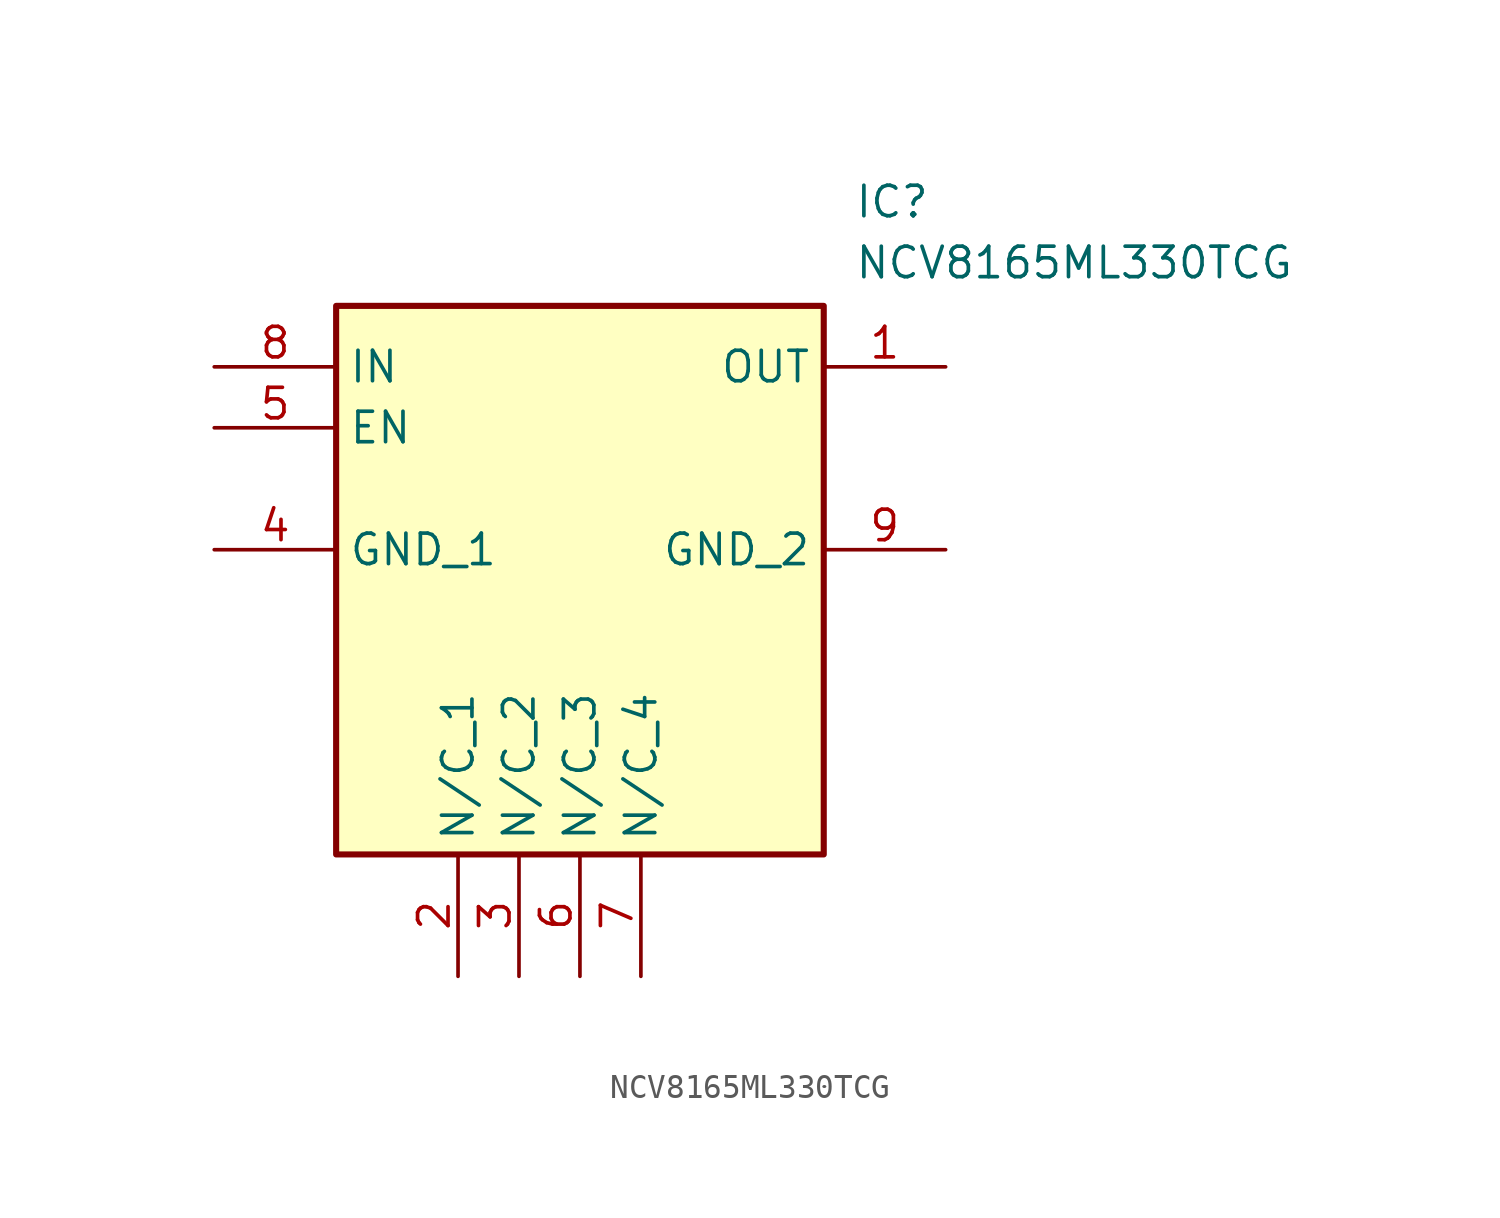
<source format=kicad_sym>
(kicad_symbol_lib
  (version 20211014)
  (generator SamacSys_ECAD_Model)
  (symbol "NCV8165ML330TCG"
    (property "Reference" "IC"
      (at 26.67 7.62 0)
      (effects (font (size 1.27 1.27)) (justify left top)))
    (property "Value" "NCV8165ML330TCG"
      (at 26.67 5.08 0)
      (effects (font (size 1.27 1.27)) (justify left top)))
    (rectangle
      (start 5.08 2.54)
      (end 25.4 -20.32)
      (stroke (width 0.254) (type default))
      (fill (type background)))
    (pin passive line
      (at 30.48 0 180)
      (length 5.08)
      (name "OUT" (effects (font (size 1.27 1.27))))
      (number "1" (effects (font (size 1.27 1.27)))))
    (pin passive line
      (at 10.16 -25.4 90)
      (length 5.08)
      (name "N/C_1" (effects (font (size 1.27 1.27))))
      (number "2" (effects (font (size 1.27 1.27)))))
    (pin passive line
      (at 12.7 -25.4 90)
      (length 5.08)
      (name "N/C_2" (effects (font (size 1.27 1.27))))
      (number "3" (effects (font (size 1.27 1.27)))))
    (pin passive line
      (at 0 -7.62 0)
      (length 5.08)
      (name "GND_1" (effects (font (size 1.27 1.27))))
      (number "4" (effects (font (size 1.27 1.27)))))
    (pin passive line
      (at 0 -2.54 0)
      (length 5.08)
      (name "EN" (effects (font (size 1.27 1.27))))
      (number "5" (effects (font (size 1.27 1.27)))))
    (pin passive line
      (at 15.24 -25.4 90)
      (length 5.08)
      (name "N/C_3" (effects (font (size 1.27 1.27))))
      (number "6" (effects (font (size 1.27 1.27)))))
    (pin passive line
      (at 17.78 -25.4 90)
      (length 5.08)
      (name "N/C_4" (effects (font (size 1.27 1.27))))
      (number "7" (effects (font (size 1.27 1.27)))))
    (pin passive line
      (at 0 0 0)
      (length 5.08)
      (name "IN" (effects (font (size 1.27 1.27))))
      (number "8" (effects (font (size 1.27 1.27)))))
    (pin passive line
      (at 30.48 -7.62 180)
      (length 5.08)
      (name "GND_2" (effects (font (size 1.27 1.27))))
      (number "9" (effects (font (size 1.27 1.27)))))))
</source>
